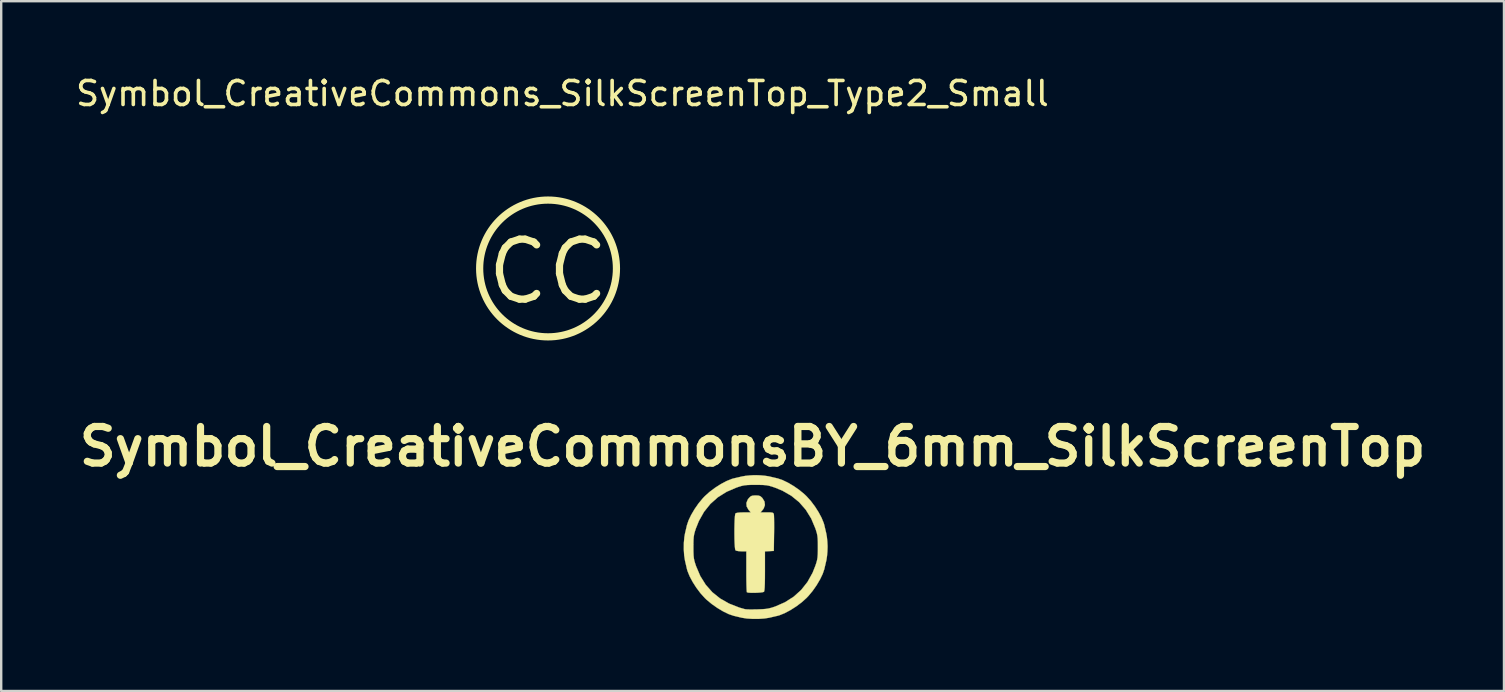
<source format=kicad_pcb>
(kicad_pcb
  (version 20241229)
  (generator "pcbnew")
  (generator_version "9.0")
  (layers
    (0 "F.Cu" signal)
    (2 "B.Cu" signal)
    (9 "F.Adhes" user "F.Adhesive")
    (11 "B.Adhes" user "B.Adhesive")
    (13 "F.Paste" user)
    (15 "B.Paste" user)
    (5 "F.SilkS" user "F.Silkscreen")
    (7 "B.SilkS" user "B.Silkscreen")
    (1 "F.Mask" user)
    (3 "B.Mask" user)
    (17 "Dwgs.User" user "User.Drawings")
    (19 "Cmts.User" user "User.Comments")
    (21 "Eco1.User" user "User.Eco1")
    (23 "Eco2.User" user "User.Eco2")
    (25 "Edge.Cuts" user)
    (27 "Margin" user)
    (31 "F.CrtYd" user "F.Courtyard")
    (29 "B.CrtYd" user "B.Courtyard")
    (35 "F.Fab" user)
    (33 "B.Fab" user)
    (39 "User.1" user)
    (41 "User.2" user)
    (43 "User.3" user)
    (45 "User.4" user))
  (footprint "Symbol_CreativeCommons_SilkScreenTop_Type2_Small"
    (layer "F.Cu")
    (at 19.787 8.148)
    (property "Reference" "Symbol_CreativeCommons_SilkScreenTop_Type2_Small" (at 0.599 -7.3 0) (layer "F.SilkS") (effects (font (size 1 1) (thickness 0.15))))
    (attr exclude_from_pos_files exclude_from_bom)
    (fp_circle (center 0 -0.011) (end 2.85 -0.011) (stroke (width 0.3) (type solid)) (fill no) (layer "F.SilkS"))
    (fp_text user "CC" (at 0 0.127 0) (layer "F.SilkS") (effects (font (size 2.5 2.5) (thickness 0.3)))))
  (footprint "Symbol_CreativeCommonsBY_6mm_SilkScreenTop"
    (layer "F.Cu")
    (at 28.437 19.747)
    (property "Reference" "Symbol_CreativeCommonsBY_6mm_SilkScreenTop" (at -0.127 -4.191 0) (layer "F.SilkS") (effects (font (size 1.524 1.524) (thickness 0.3))))
    (attr through_hole)
    (fp_poly (pts (xy 0.116 -2.147) (xy 0.193 -2.122) (xy 0.259 -2.067) (xy 0.286 -2.037) (xy 0.37 -1.897) (xy 0.387 -1.75) (xy 0.334 -1.607) (xy 0.297 -1.555) (xy 0.205 -1.446) (xy 0.472 -1.446) (xy 0.609 -1.445) (xy 0.691 -1.437) (xy 0.734 -1.419) (xy 0.754 -1.385) (xy 0.759 -1.367) (xy 0.764 -1.309) (xy 0.768 -1.192) (xy 0.77 -1.028) (xy 0.771 -0.83) (xy 0.769 -0.609) (xy 0.768 -0.564) (xy 0.758 0.159) (xy 0.573 0.169) (xy 0.388 0.18) (xy 0.388 1) (xy 0.387 1.291) (xy 0.383 1.516) (xy 0.376 1.681) (xy 0.366 1.791) (xy 0.353 1.851) (xy 0.346 1.863) (xy 0.295 1.88) (xy 0.194 1.893) (xy 0.063 1.902) (xy -0.078 1.906) (xy -0.21 1.904) (xy -0.311 1.897) (xy -0.364 1.882) (xy -0.365 1.881) (xy -0.371 1.841) (xy -0.377 1.74) (xy -0.382 1.589) (xy -0.386 1.397) (xy -0.388 1.174) (xy -0.388 1.017) (xy -0.388 0.176) (xy -0.593 0.176) (xy -0.711 0.169) (xy -0.803 0.152) (xy -0.84 0.134) (xy -0.855 0.084) (xy -0.867 -0.023) (xy -0.876 -0.174) (xy -0.882 -0.357) (xy -0.884 -0.557) (xy -0.884 -0.763) (xy -0.88 -0.96) (xy -0.874 -1.136) (xy -0.864 -1.278) (xy -0.851 -1.372) (xy -0.84 -1.404) (xy -0.78 -1.427) (xy -0.661 -1.441) (xy -0.501 -1.446) (xy -0.205 -1.446) (xy -0.297 -1.555) (xy -0.375 -1.695) (xy -0.385 -1.842) (xy -0.326 -1.985) (xy -0.286 -2.037) (xy -0.216 -2.107) (xy -0.147 -2.141) (xy -0.049 -2.151) (xy 0 -2.152) (xy 0.116 -2.147)) (stroke (width 0.01) (type solid)) (fill yes) (layer "F.SilkS"))
    (fp_poly (pts (xy 0.181 -2.991) (xy 0.368 -2.975) (xy 0.527 -2.952) (xy 0.564 -2.944) (xy 0.706 -2.911) (xy 0.838 -2.88) (xy 0.917 -2.862) (xy 1.117 -2.794) (xy 1.346 -2.684) (xy 1.588 -2.541) (xy 1.824 -2.376) (xy 2.038 -2.198) (xy 2.12 -2.12) (xy 2.299 -1.921) (xy 2.471 -1.692) (xy 2.625 -1.451) (xy 2.751 -1.214) (xy 2.838 -1) (xy 2.862 -0.917) (xy 2.885 -0.816) (xy 2.917 -0.679) (xy 2.944 -0.564) (xy 2.969 -0.42) (xy 2.987 -0.238) (xy 2.997 -0.052) (xy 2.997 0) (xy 2.991 0.181) (xy 2.975 0.368) (xy 2.952 0.527) (xy 2.944 0.564) (xy 2.911 0.706) (xy 2.88 0.838) (xy 2.862 0.917) (xy 2.794 1.117) (xy 2.684 1.346) (xy 2.541 1.588) (xy 2.376 1.824) (xy 2.198 2.038) (xy 2.12 2.12) (xy 1.921 2.299) (xy 1.692 2.471) (xy 1.451 2.625) (xy 1.214 2.751) (xy 1 2.838) (xy 0.917 2.862) (xy 0.816 2.885) (xy 0.679 2.917) (xy 0.564 2.944) (xy 0.366 2.975) (xy 0.127 2.991) (xy -0.126 2.991) (xy -0.366 2.976) (xy -0.567 2.945) (xy -0.582 2.942) (xy -0.72 2.909) (xy -0.85 2.878) (xy -0.917 2.862) (xy -1.118 2.794) (xy -1.348 2.683) (xy -1.59 2.539) (xy -1.827 2.373) (xy -2.041 2.196) (xy -2.12 2.12) (xy -2.299 1.921) (xy -2.471 1.692) (xy -2.625 1.451) (xy -2.751 1.214) (xy -2.838 1) (xy -2.862 0.917) (xy -2.885 0.816) (xy -2.917 0.679) (xy -2.944 0.564) (xy -2.978 0.346) (xy -2.994 0.09) (xy -2.993 0) (xy -2.593 0) (xy -2.592 0.199) (xy -2.586 0.348) (xy -2.574 0.466) (xy -2.552 0.574) (xy -2.517 0.691) (xy -2.48 0.8) (xy -2.305 1.209) (xy -2.081 1.567) (xy -1.808 1.877) (xy -1.483 2.139) (xy -1.107 2.353) (xy -0.678 2.521) (xy -0.441 2.588) (xy -0.38 2.594) (xy -0.264 2.598) (xy -0.111 2.598) (xy 0.064 2.595) (xy 0.071 2.595) (xy 0.272 2.588) (xy 0.425 2.576) (xy 0.553 2.555) (xy 0.678 2.522) (xy 0.819 2.475) (xy 1.227 2.296) (xy 1.587 2.066) (xy 1.898 1.785) (xy 2.16 1.454) (xy 2.372 1.073) (xy 2.49 0.776) (xy 2.533 0.645) (xy 2.562 0.534) (xy 2.58 0.423) (xy 2.589 0.292) (xy 2.593 0.122) (xy 2.593 0) (xy 2.592 -0.202) (xy 2.586 -0.353) (xy 2.573 -0.473) (xy 2.551 -0.581) (xy 2.516 -0.698) (xy 2.49 -0.776) (xy 2.315 -1.191) (xy 2.089 -1.556) (xy 1.813 -1.872) (xy 1.488 -2.137) (xy 1.114 -2.352) (xy 0.8 -2.48) (xy 0.662 -2.527) (xy 0.549 -2.558) (xy 0.44 -2.578) (xy 0.317 -2.588) (xy 0.158 -2.592) (xy 0 -2.593) (xy -0.199 -2.592) (xy -0.348 -2.586) (xy -0.466 -2.574) (xy -0.574 -2.552) (xy -0.691 -2.517) (xy -0.8 -2.48) (xy -1.212 -2.303) (xy -1.574 -2.076) (xy -1.887 -1.798) (xy -2.15 -1.47) (xy -2.363 -1.092) (xy -2.49 -0.776) (xy -2.533 -0.645) (xy -2.562 -0.534) (xy -2.58 -0.423) (xy -2.589 -0.292) (xy -2.593 -0.122) (xy -2.593 0) (xy -2.993 0) (xy -2.991 -0.177) (xy -2.969 -0.424) (xy -2.944 -0.564) (xy -2.911 -0.706) (xy -2.88 -0.838) (xy -2.862 -0.917) (xy -2.794 -1.117) (xy -2.684 -1.346) (xy -2.541 -1.588) (xy -2.376 -1.824) (xy -2.198 -2.038) (xy -2.12 -2.12) (xy -1.921 -2.299) (xy -1.692 -2.471) (xy -1.451 -2.625) (xy -1.214 -2.751) (xy -1 -2.838) (xy -0.917 -2.862) (xy -0.816 -2.885) (xy -0.679 -2.917) (xy -0.564 -2.944) (xy -0.42 -2.969) (xy -0.238 -2.987) (xy -0.052 -2.997) (xy 0 -2.997) (xy 0.181 -2.991)) (stroke (width 0.01) (type solid)) (fill yes) (layer "F.SilkS")))
  (gr_rect
    (start -3 -3)
    (end 59.62 25.743)
    (stroke (width 0.1) (type default))
    (fill no)
    (layer "Edge.Cuts")))
</source>
